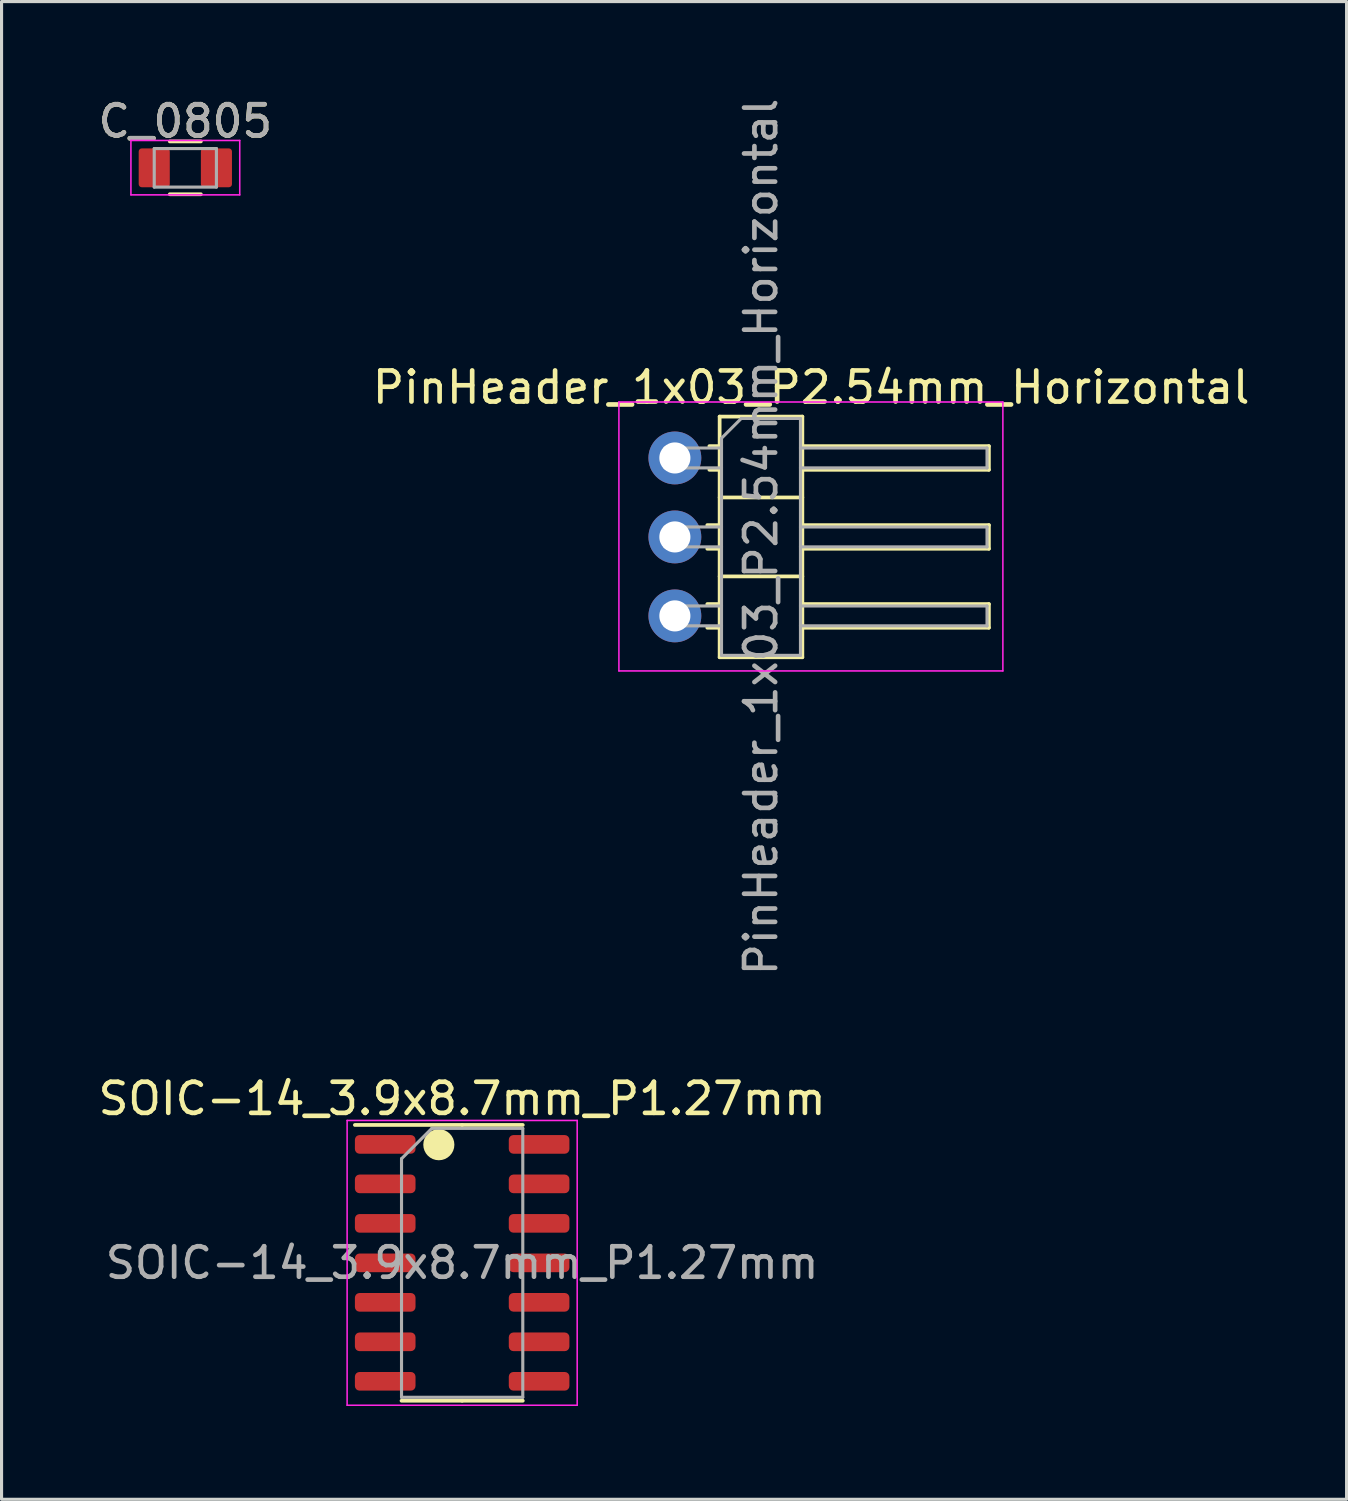
<source format=kicad_pcb>
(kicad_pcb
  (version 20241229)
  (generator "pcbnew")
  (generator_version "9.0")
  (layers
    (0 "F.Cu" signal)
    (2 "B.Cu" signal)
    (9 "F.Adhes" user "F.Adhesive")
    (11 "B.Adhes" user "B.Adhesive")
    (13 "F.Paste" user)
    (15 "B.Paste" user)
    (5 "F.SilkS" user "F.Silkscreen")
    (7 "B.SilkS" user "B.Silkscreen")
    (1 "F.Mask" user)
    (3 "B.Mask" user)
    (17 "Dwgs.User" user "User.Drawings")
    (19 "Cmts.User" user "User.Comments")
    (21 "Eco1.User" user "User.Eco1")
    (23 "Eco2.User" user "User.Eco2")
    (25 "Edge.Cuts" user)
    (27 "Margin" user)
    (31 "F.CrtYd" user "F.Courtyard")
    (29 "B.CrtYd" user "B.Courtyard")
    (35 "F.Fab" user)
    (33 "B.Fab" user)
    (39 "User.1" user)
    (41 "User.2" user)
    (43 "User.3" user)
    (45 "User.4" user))
  (footprint "C_0805"
    (layer "F.Cu")
    (at 2.911 2.348)
    (property "Reference" "C_0805" (at 0 -1.5 0) (layer "F.SilkS") (effects (font (size 1 1) (thickness 0.15))))
    (attr smd)
    (fp_line (start -0.5 0.85) (end 0.5 0.85) (stroke (width 0.12) (type solid)) (layer "F.SilkS"))
    (fp_line (start 0.5 -0.85) (end -0.5 -0.85) (stroke (width 0.12) (type solid)) (layer "F.SilkS"))
    (fp_line (start -1.75 -0.88) (end -1.75 0.87) (stroke (width 0.05) (type solid)) (layer "F.CrtYd"))
    (fp_line (start -1.75 -0.88) (end 1.75 -0.88) (stroke (width 0.05) (type solid)) (layer "F.CrtYd"))
    (fp_line (start 1.75 0.87) (end -1.75 0.87) (stroke (width 0.05) (type solid)) (layer "F.CrtYd"))
    (fp_line (start 1.75 0.87) (end 1.75 -0.88) (stroke (width 0.05) (type solid)) (layer "F.CrtYd"))
    (fp_line (start -1 -0.62) (end 1 -0.62) (stroke (width 0.1) (type solid)) (layer "F.Fab"))
    (fp_line (start -1 0.62) (end -1 -0.62) (stroke (width 0.1) (type solid)) (layer "F.Fab"))
    (fp_line (start 1 -0.62) (end 1 0.62) (stroke (width 0.1) (type solid)) (layer "F.Fab"))
    (fp_line (start 1 0.62) (end -1 0.62) (stroke (width 0.1) (type solid)) (layer "F.Fab"))
    (fp_text user "${REFERENCE}" (at 0 -1.5 0) (layer "F.Fab") (effects (font (size 1 1) (thickness 0.15))))
    (pad "1" smd roundrect (at -1 0) (size 1 1.25) (layers "F.Cu" "F.Mask" "F.Paste") (roundrect_rratio 0.1))
    (pad "2" smd roundrect (at 1 0) (size 1 1.25) (layers "F.Cu" "F.Mask" "F.Paste") (roundrect_rratio 0.1)))
  (footprint "PinHeader_1x03_P2.54mm_Horizontal"
    (layer "F.Cu")
    (at 18.657 11.68)
    (property "Reference" "PinHeader_1x03_P2.54mm_Horizontal" (at 4.385 -2.27 0) (layer "F.SilkS") (effects (font (size 1 1) (thickness 0.15))))
    (attr through_hole)
    (fp_line (start 1.043 2.16) (end 1.44 2.16) (stroke (width 0.12) (type solid)) (layer "F.SilkS"))
    (fp_line (start 1.043 2.92) (end 1.44 2.92) (stroke (width 0.12) (type solid)) (layer "F.SilkS"))
    (fp_line (start 1.043 4.7) (end 1.44 4.7) (stroke (width 0.12) (type solid)) (layer "F.SilkS"))
    (fp_line (start 1.043 5.46) (end 1.44 5.46) (stroke (width 0.12) (type solid)) (layer "F.SilkS"))
    (fp_line (start 1.11 -0.38) (end 1.44 -0.38) (stroke (width 0.12) (type solid)) (layer "F.SilkS"))
    (fp_line (start 1.11 0.38) (end 1.44 0.38) (stroke (width 0.12) (type solid)) (layer "F.SilkS"))
    (fp_line (start 1.44 -1.33) (end 1.44 6.41) (stroke (width 0.12) (type solid)) (layer "F.SilkS"))
    (fp_line (start 1.44 1.27) (end 4.1 1.27) (stroke (width 0.12) (type solid)) (layer "F.SilkS"))
    (fp_line (start 1.44 3.81) (end 4.1 3.81) (stroke (width 0.12) (type solid)) (layer "F.SilkS"))
    (fp_line (start 1.44 6.41) (end 4.1 6.41) (stroke (width 0.12) (type solid)) (layer "F.SilkS"))
    (fp_line (start 4.1 -1.33) (end 1.44 -1.33) (stroke (width 0.12) (type solid)) (layer "F.SilkS"))
    (fp_line (start 4.1 -0.38) (end 10.1 -0.38) (stroke (width 0.12) (type solid)) (layer "F.SilkS"))
    (fp_line (start 4.1 2.16) (end 10.1 2.16) (stroke (width 0.12) (type solid)) (layer "F.SilkS"))
    (fp_line (start 4.1 4.7) (end 10.1 4.7) (stroke (width 0.12) (type solid)) (layer "F.SilkS"))
    (fp_line (start 4.1 6.41) (end 4.1 -1.33) (stroke (width 0.12) (type solid)) (layer "F.SilkS"))
    (fp_line (start 10.1 -0.38) (end 10.1 0.38) (stroke (width 0.12) (type solid)) (layer "F.SilkS"))
    (fp_line (start 10.1 0.38) (end 4.1 0.38) (stroke (width 0.12) (type solid)) (layer "F.SilkS"))
    (fp_line (start 10.1 2.16) (end 10.1 2.92) (stroke (width 0.12) (type solid)) (layer "F.SilkS"))
    (fp_line (start 10.1 2.92) (end 4.1 2.92) (stroke (width 0.12) (type solid)) (layer "F.SilkS"))
    (fp_line (start 10.1 4.7) (end 10.1 5.46) (stroke (width 0.12) (type solid)) (layer "F.SilkS"))
    (fp_line (start 10.1 5.46) (end 4.1 5.46) (stroke (width 0.12) (type solid)) (layer "F.SilkS"))
    (fp_line (start -1.8 -1.8) (end -1.8 6.85) (stroke (width 0.05) (type solid)) (layer "F.CrtYd"))
    (fp_line (start -1.8 6.85) (end 10.55 6.85) (stroke (width 0.05) (type solid)) (layer "F.CrtYd"))
    (fp_line (start 10.55 -1.8) (end -1.8 -1.8) (stroke (width 0.05) (type solid)) (layer "F.CrtYd"))
    (fp_line (start 10.55 6.85) (end 10.55 -1.8) (stroke (width 0.05) (type solid)) (layer "F.CrtYd"))
    (fp_line (start -0.32 -0.32) (end -0.32 0.32) (stroke (width 0.1) (type solid)) (layer "F.Fab"))
    (fp_line (start -0.32 -0.32) (end 1.5 -0.32) (stroke (width 0.1) (type solid)) (layer "F.Fab"))
    (fp_line (start -0.32 0.32) (end 1.5 0.32) (stroke (width 0.1) (type solid)) (layer "F.Fab"))
    (fp_line (start -0.32 2.22) (end -0.32 2.86) (stroke (width 0.1) (type solid)) (layer "F.Fab"))
    (fp_line (start -0.32 2.22) (end 1.5 2.22) (stroke (width 0.1) (type solid)) (layer "F.Fab"))
    (fp_line (start -0.32 2.86) (end 1.5 2.86) (stroke (width 0.1) (type solid)) (layer "F.Fab"))
    (fp_line (start -0.32 4.76) (end -0.32 5.4) (stroke (width 0.1) (type solid)) (layer "F.Fab"))
    (fp_line (start -0.32 4.76) (end 1.5 4.76) (stroke (width 0.1) (type solid)) (layer "F.Fab"))
    (fp_line (start -0.32 5.4) (end 1.5 5.4) (stroke (width 0.1) (type solid)) (layer "F.Fab"))
    (fp_line (start 1.5 -0.635) (end 2.135 -1.27) (stroke (width 0.1) (type solid)) (layer "F.Fab"))
    (fp_line (start 1.5 6.35) (end 1.5 -0.635) (stroke (width 0.1) (type solid)) (layer "F.Fab"))
    (fp_line (start 2.135 -1.27) (end 4.04 -1.27) (stroke (width 0.1) (type solid)) (layer "F.Fab"))
    (fp_line (start 4.04 -1.27) (end 4.04 6.35) (stroke (width 0.1) (type solid)) (layer "F.Fab"))
    (fp_line (start 4.04 -0.32) (end 10.04 -0.32) (stroke (width 0.1) (type solid)) (layer "F.Fab"))
    (fp_line (start 4.04 0.32) (end 10.04 0.32) (stroke (width 0.1) (type solid)) (layer "F.Fab"))
    (fp_line (start 4.04 2.22) (end 10.04 2.22) (stroke (width 0.1) (type solid)) (layer "F.Fab"))
    (fp_line (start 4.04 2.86) (end 10.04 2.86) (stroke (width 0.1) (type solid)) (layer "F.Fab"))
    (fp_line (start 4.04 4.76) (end 10.04 4.76) (stroke (width 0.1) (type solid)) (layer "F.Fab"))
    (fp_line (start 4.04 5.4) (end 10.04 5.4) (stroke (width 0.1) (type solid)) (layer "F.Fab"))
    (fp_line (start 4.04 6.35) (end 1.5 6.35) (stroke (width 0.1) (type solid)) (layer "F.Fab"))
    (fp_line (start 10.04 -0.32) (end 10.04 0.32) (stroke (width 0.1) (type solid)) (layer "F.Fab"))
    (fp_line (start 10.04 2.22) (end 10.04 2.86) (stroke (width 0.1) (type solid)) (layer "F.Fab"))
    (fp_line (start 10.04 4.76) (end 10.04 5.4) (stroke (width 0.1) (type solid)) (layer "F.Fab"))
    (fp_text user "${REFERENCE}" (at 2.77 2.54 90) (layer "F.Fab") (effects (font (size 1 1) (thickness 0.15))))
    (pad "1" thru_hole circle (at 0 0) (size 1.7 1.7) (drill 1) (layers "*.Cu" "*.Mask"))
    (pad "2" thru_hole oval (at 0 2.54) (size 1.7 1.7) (drill 1) (layers "*.Cu" "*.Mask"))
    (pad "3" thru_hole oval (at 0 5.08) (size 1.7 1.7) (drill 1) (layers "*.Cu" "*.Mask")))
  (footprint "SOIC-14_3.9x8.7mm_P1.27mm"
    (layer "F.Cu")
    (at 11.815 37.569)
    (property "Reference" "SOIC-14_3.9x8.7mm_P1.27mm" (at 0 -5.28 0) (layer "F.SilkS") (effects (font (size 1 1) (thickness 0.15))))
    (attr smd)
    (fp_line (start 0 -4.435) (end -3.45 -4.435) (stroke (width 0.12) (type solid)) (layer "F.SilkS"))
    (fp_line (start 0 -4.435) (end 1.95 -4.435) (stroke (width 0.12) (type solid)) (layer "F.SilkS"))
    (fp_line (start 0 4.435) (end -1.95 4.435) (stroke (width 0.12) (type solid)) (layer "F.SilkS"))
    (fp_line (start 0 4.435) (end 1.95 4.435) (stroke (width 0.12) (type solid)) (layer "F.SilkS"))
    (fp_circle (center -0.75 -3.8) (end -0.5 -3.8) (stroke (width 0.5) (type solid)) (fill no) (layer "F.SilkS"))
    (fp_line (start -3.7 -4.58) (end -3.7 4.58) (stroke (width 0.05) (type solid)) (layer "F.CrtYd"))
    (fp_line (start -3.7 4.58) (end 3.7 4.58) (stroke (width 0.05) (type solid)) (layer "F.CrtYd"))
    (fp_line (start 3.7 -4.58) (end -3.7 -4.58) (stroke (width 0.05) (type solid)) (layer "F.CrtYd"))
    (fp_line (start 3.7 4.58) (end 3.7 -4.58) (stroke (width 0.05) (type solid)) (layer "F.CrtYd"))
    (fp_line (start -1.95 -3.35) (end -0.975 -4.325) (stroke (width 0.1) (type solid)) (layer "F.Fab"))
    (fp_line (start -1.95 4.325) (end -1.95 -3.35) (stroke (width 0.1) (type solid)) (layer "F.Fab"))
    (fp_line (start -0.975 -4.325) (end 1.95 -4.325) (stroke (width 0.1) (type solid)) (layer "F.Fab"))
    (fp_line (start 1.95 -4.325) (end 1.95 4.325) (stroke (width 0.1) (type solid)) (layer "F.Fab"))
    (fp_line (start 1.95 4.325) (end -1.95 4.325) (stroke (width 0.1) (type solid)) (layer "F.Fab"))
    (fp_text user "${REFERENCE}" (at 0 0 0) (layer "F.Fab") (effects (font (size 0.98 0.98) (thickness 0.15))))
    (pad "1" smd roundrect (at -2.475 -3.81) (size 1.95 0.6) (layers "F.Cu" "F.Mask" "F.Paste") (roundrect_rratio 0.25))
    (pad "2" smd roundrect (at -2.475 -2.54) (size 1.95 0.6) (layers "F.Cu" "F.Mask" "F.Paste") (roundrect_rratio 0.25))
    (pad "3" smd roundrect (at -2.475 -1.27) (size 1.95 0.6) (layers "F.Cu" "F.Mask" "F.Paste") (roundrect_rratio 0.25))
    (pad "4" smd roundrect (at -2.475 0) (size 1.95 0.6) (layers "F.Cu" "F.Mask" "F.Paste") (roundrect_rratio 0.25))
    (pad "5" smd roundrect (at -2.475 1.27) (size 1.95 0.6) (layers "F.Cu" "F.Mask" "F.Paste") (roundrect_rratio 0.25))
    (pad "6" smd roundrect (at -2.475 2.54) (size 1.95 0.6) (layers "F.Cu" "F.Mask" "F.Paste") (roundrect_rratio 0.25))
    (pad "7" smd roundrect (at -2.475 3.81) (size 1.95 0.6) (layers "F.Cu" "F.Mask" "F.Paste") (roundrect_rratio 0.25))
    (pad "8" smd roundrect (at 2.475 3.81) (size 1.95 0.6) (layers "F.Cu" "F.Mask" "F.Paste") (roundrect_rratio 0.25))
    (pad "9" smd roundrect (at 2.475 2.54) (size 1.95 0.6) (layers "F.Cu" "F.Mask" "F.Paste") (roundrect_rratio 0.25))
    (pad "10" smd roundrect (at 2.475 1.27) (size 1.95 0.6) (layers "F.Cu" "F.Mask" "F.Paste") (roundrect_rratio 0.25))
    (pad "11" smd roundrect (at 2.475 0) (size 1.95 0.6) (layers "F.Cu" "F.Mask" "F.Paste") (roundrect_rratio 0.25))
    (pad "12" smd roundrect (at 2.475 -1.27) (size 1.95 0.6) (layers "F.Cu" "F.Mask" "F.Paste") (roundrect_rratio 0.25))
    (pad "13" smd roundrect (at 2.475 -2.54) (size 1.95 0.6) (layers "F.Cu" "F.Mask" "F.Paste") (roundrect_rratio 0.25))
    (pad "14" smd roundrect (at 2.475 -3.81) (size 1.95 0.6) (layers "F.Cu" "F.Mask" "F.Paste") (roundrect_rratio 0.25)))
  (gr_rect
    (start -3 -3)
    (end 40.262 45.174)
    (stroke (width 0.1) (type default))
    (fill no)
    (layer "Edge.Cuts")))
</source>
